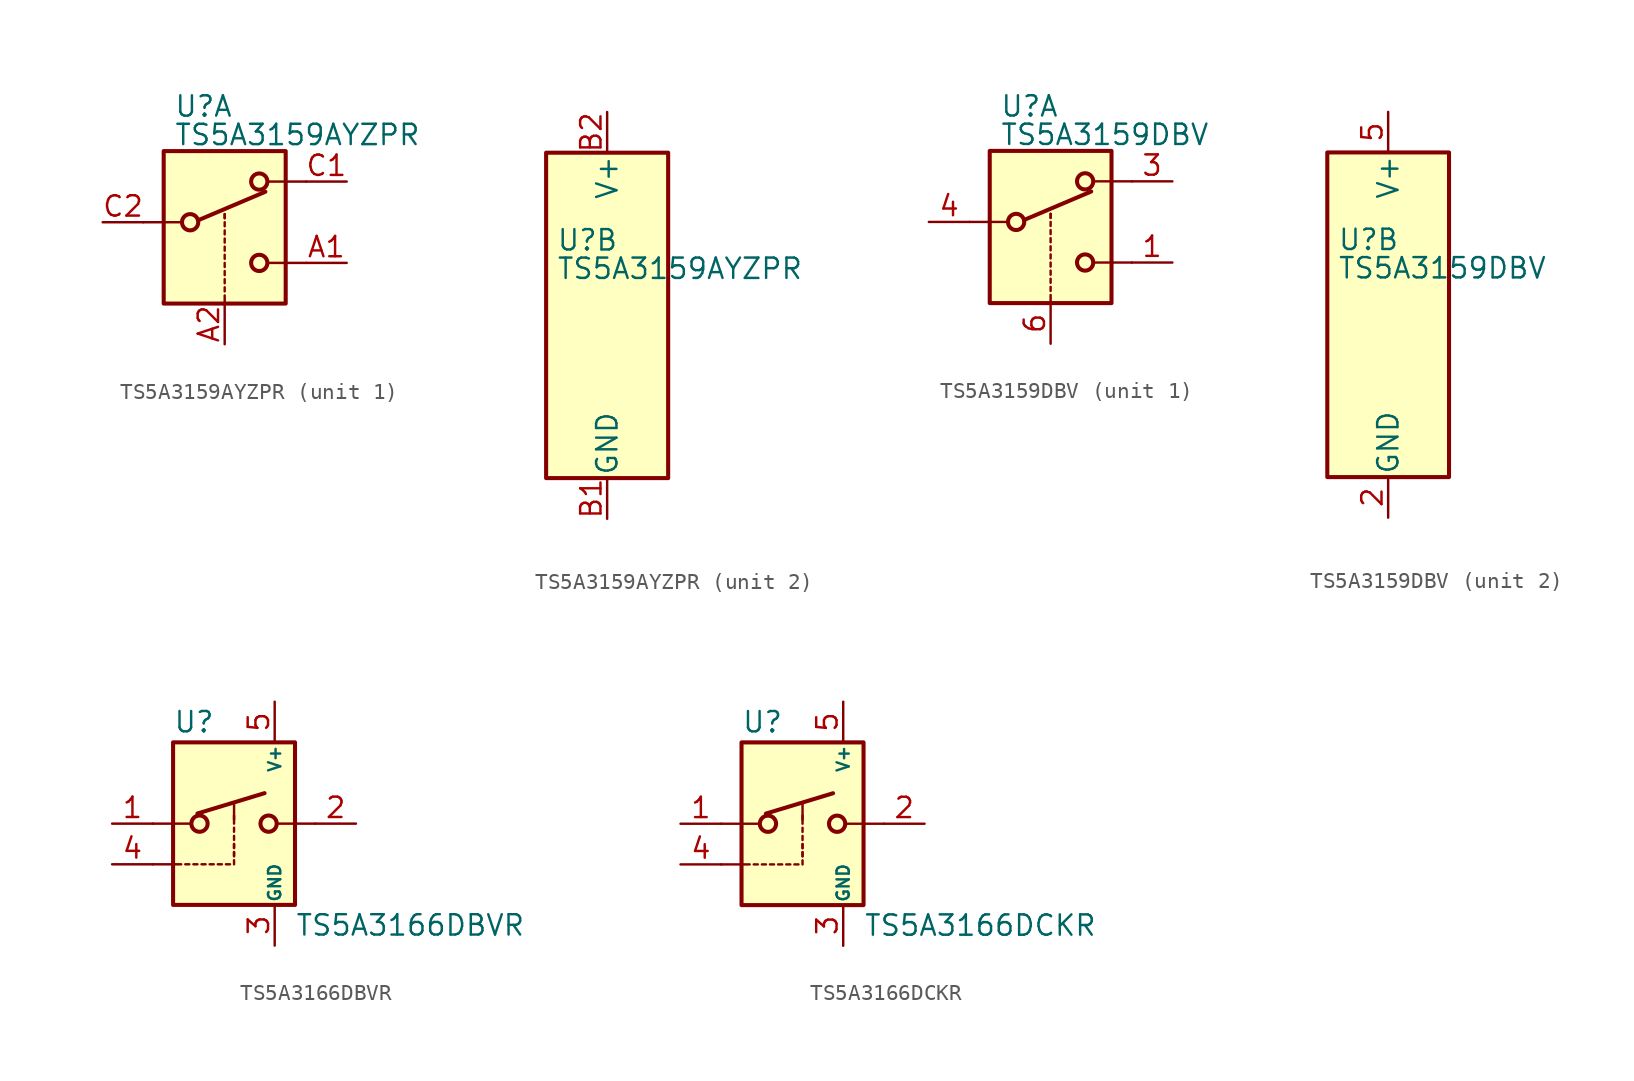
<source format=kicad_sym>
(kicad_symbol_lib
  (version 20200908)
  (generator kicad_symbol_editor)
  (symbol "Analog_Switch:TS5A3159AYZPR"
    (pin_names
      (offset 0.127))
    (property "Reference" "U"
      (at -3.175 4.699 0)
      (effects (font (size 1.27 1.27)) (justify left)))
    (property "Value" "TS5A3159AYZPR"
      (at -3.175 2.921 0)
      (effects (font (size 1.27 1.27)) (justify left)))
    (symbol "TS5A3159AYZPR_1_1"
      (circle (center -2.159 -2.54) (radius 0.508) (stroke (width 0.254)) (fill (type none)))
      (circle (center 2.159 -5.08) (radius 0.508) (stroke (width 0.254)) (fill (type none)))
      (circle (center 2.159 0) (radius 0.508) (stroke (width 0.254)) (fill (type none)))
      (rectangle (start -3.81 1.905) (end 3.81 -7.62) (stroke (width 0.254)) (fill (type background)))
      (polyline (pts (xy -5.08 -2.54) (xy -2.794 -2.54)) (stroke (width 0)) (fill (type none)))
      (polyline (pts (xy -1.651 -2.413) (xy 2.54 -0.635)) (stroke (width 0.254)) (fill (type none)))
      (polyline (pts (xy 0 -7.62) (xy 0 -7.112)) (stroke (width 0)) (fill (type none)))
      (polyline (pts (xy 0 -6.858) (xy 0 -6.604)) (stroke (width 0)) (fill (type none)))
      (polyline (pts (xy 0 -6.35) (xy 0 -6.096)) (stroke (width 0)) (fill (type none)))
      (polyline (pts (xy 0 -5.842) (xy 0 -5.588)) (stroke (width 0)) (fill (type none)))
      (polyline (pts (xy 0 -5.334) (xy 0 -5.08)) (stroke (width 0)) (fill (type none)))
      (polyline (pts (xy 0 -4.826) (xy 0 -4.572)) (stroke (width 0)) (fill (type none)))
      (polyline (pts (xy 0 -4.318) (xy 0 -4.064)) (stroke (width 0)) (fill (type none)))
      (polyline (pts (xy 0 -3.81) (xy 0 -3.556)) (stroke (width 0)) (fill (type none)))
      (polyline (pts (xy 0 -3.302) (xy 0 -3.048)) (stroke (width 0)) (fill (type none)))
      (polyline (pts (xy 0 -2.794) (xy 0 -2.54)) (stroke (width 0)) (fill (type none)))
      (polyline (pts (xy 0 -2.286) (xy 0 -2.032)) (stroke (width 0)) (fill (type none)))
      (polyline (pts (xy 0 -2.286) (xy 0 -2.032)) (stroke (width 0)) (fill (type none)))
      (polyline (pts (xy 5.08 -5.08) (xy 2.794 -5.08)) (stroke (width 0)) (fill (type none)))
      (polyline (pts (xy 5.08 0) (xy 2.794 0)) (stroke (width 0)) (fill (type none)))
      (pin passive line (at 7.62 -5.08 180) (length 2.54) (name "~" (effects (font (size 1.27 1.27)))) (number "A1" (effects (font (size 1.27 1.27)))))
      (pin input line (at 0 -10.16 90) (length 2.54) (name "~" (effects (font (size 1.27 1.27)))) (number "A2" (effects (font (size 1.27 1.27)))))
      (pin passive line (at 7.62 0 180) (length 2.54) (name "~" (effects (font (size 1.27 1.27)))) (number "C1" (effects (font (size 1.27 1.27)))))
      (pin passive line (at -7.62 -2.54 0) (length 2.54) (name "~" (effects (font (size 1.27 1.27)))) (number "C2" (effects (font (size 1.27 1.27))))))
    (symbol "TS5A3159AYZPR_2_1"
      (rectangle (start -3.81 10.16) (end 3.81 -10.16) (stroke (width 0.254)) (fill (type background))))
    (symbol "TS5A3159AYZPR_2_0"
      (pin power_in line (at 0 -12.7 90) (length 2.54) (name "GND" (effects (font (size 1.27 1.27)))) (number "B1" (effects (font (size 1.27 1.27)))))
      (pin power_in line (at 0 12.7 270) (length 2.54) (name "V+" (effects (font (size 1.27 1.27)))) (number "B2" (effects (font (size 1.27 1.27)))))))
  (symbol "Analog_Switch:TS5A3159DBV"
    (pin_names
      (offset 0.127))
    (property "Reference" "U"
      (at -3.175 4.699 0)
      (effects (font (size 1.27 1.27)) (justify left)))
    (property "Value" "TS5A3159DBV"
      (at -3.175 2.921 0)
      (effects (font (size 1.27 1.27)) (justify left)))
    (symbol "TS5A3159DBV_1_1"
      (circle (center -2.159 -2.54) (radius 0.508) (stroke (width 0.254)) (fill (type none)))
      (circle (center 2.159 -5.08) (radius 0.508) (stroke (width 0.254)) (fill (type none)))
      (circle (center 2.159 0) (radius 0.508) (stroke (width 0.254)) (fill (type none)))
      (rectangle (start -3.81 1.905) (end 3.81 -7.62) (stroke (width 0.254)) (fill (type background)))
      (polyline (pts (xy -5.08 -2.54) (xy -2.794 -2.54)) (stroke (width 0)) (fill (type none)))
      (polyline (pts (xy -1.651 -2.413) (xy 2.54 -0.635)) (stroke (width 0.254)) (fill (type none)))
      (polyline (pts (xy 0 -7.62) (xy 0 -7.112)) (stroke (width 0)) (fill (type none)))
      (polyline (pts (xy 0 -6.858) (xy 0 -6.604)) (stroke (width 0)) (fill (type none)))
      (polyline (pts (xy 0 -6.35) (xy 0 -6.096)) (stroke (width 0)) (fill (type none)))
      (polyline (pts (xy 0 -5.842) (xy 0 -5.588)) (stroke (width 0)) (fill (type none)))
      (polyline (pts (xy 0 -5.334) (xy 0 -5.08)) (stroke (width 0)) (fill (type none)))
      (polyline (pts (xy 0 -4.826) (xy 0 -4.572)) (stroke (width 0)) (fill (type none)))
      (polyline (pts (xy 0 -4.318) (xy 0 -4.064)) (stroke (width 0)) (fill (type none)))
      (polyline (pts (xy 0 -3.81) (xy 0 -3.556)) (stroke (width 0)) (fill (type none)))
      (polyline (pts (xy 0 -3.302) (xy 0 -3.048)) (stroke (width 0)) (fill (type none)))
      (polyline (pts (xy 0 -2.794) (xy 0 -2.54)) (stroke (width 0)) (fill (type none)))
      (polyline (pts (xy 0 -2.286) (xy 0 -2.032)) (stroke (width 0)) (fill (type none)))
      (polyline (pts (xy 0 -2.286) (xy 0 -2.032)) (stroke (width 0)) (fill (type none)))
      (polyline (pts (xy 5.08 -5.08) (xy 2.794 -5.08)) (stroke (width 0)) (fill (type none)))
      (polyline (pts (xy 5.08 0) (xy 2.794 0)) (stroke (width 0)) (fill (type none)))
      (pin passive line (at 7.62 -5.08 180) (length 2.54) (name "~" (effects (font (size 1.27 1.27)))) (number "1" (effects (font (size 1.27 1.27)))))
      (pin passive line (at 7.62 0 180) (length 2.54) (name "~" (effects (font (size 1.27 1.27)))) (number "3" (effects (font (size 1.27 1.27)))))
      (pin passive line (at -7.62 -2.54 0) (length 2.54) (name "~" (effects (font (size 1.27 1.27)))) (number "4" (effects (font (size 1.27 1.27)))))
      (pin input line (at 0 -10.16 90) (length 2.54) (name "~" (effects (font (size 1.27 1.27)))) (number "6" (effects (font (size 1.27 1.27))))))
    (symbol "TS5A3159DBV_2_1"
      (rectangle (start -3.81 10.16) (end 3.81 -10.16) (stroke (width 0.254)) (fill (type background))))
    (symbol "TS5A3159DBV_2_0"
      (pin power_in line (at 0 -12.7 90) (length 2.54) (name "GND" (effects (font (size 1.27 1.27)))) (number "2" (effects (font (size 1.27 1.27)))))
      (pin power_in line (at 0 12.7 270) (length 2.54) (name "V+" (effects (font (size 1.27 1.27)))) (number "5" (effects (font (size 1.27 1.27)))))))
  (symbol "Analog_Switch:TS5A3166DBVR"
    (pin_names
      (offset 0.127))
    (property "Reference" "U"
      (at -3.81 6.35 0)
      (effects (font (size 1.27 1.27)) (justify left)))
    (property "Value" "TS5A3166DBVR"
      (at 3.81 -6.35 0)
      (effects (font (size 1.27 1.27)) (justify left)))
    (symbol "TS5A3166DBVR_1_1"
      (circle (center -2.159 0) (radius 0.508) (stroke (width 0.254)) (fill (type none)))
      (circle (center 2.159 0) (radius 0.508) (stroke (width 0.254)) (fill (type none)))
      (rectangle (start -3.81 5.08) (end 3.81 -5.08) (stroke (width 0.254)) (fill (type background)))
      (polyline (pts (xy -5.08 0) (xy -2.794 0)) (stroke (width 0)) (fill (type none)))
      (polyline (pts (xy -2.286 0.635) (xy 1.905 1.905)) (stroke (width 0.254)) (fill (type none)))
      (polyline (pts (xy 0 -2.54) (xy 0 -2.286)) (stroke (width 0)) (fill (type none)))
      (polyline (pts (xy 0 -2.032) (xy 0 -1.778)) (stroke (width 0)) (fill (type none)))
      (polyline (pts (xy 0 -1.524) (xy 0 -1.27)) (stroke (width 0)) (fill (type none)))
      (polyline (pts (xy 0 -1.016) (xy 0 -0.762)) (stroke (width 0)) (fill (type none)))
      (polyline (pts (xy 0 -0.508) (xy 0 -0.254)) (stroke (width 0)) (fill (type none)))
      (polyline (pts (xy 0 0) (xy 0 0.508)) (stroke (width 0)) (fill (type none)))
      (polyline (pts (xy 0 0.254) (xy 0 1.27)) (stroke (width 0)) (fill (type none)))
      (polyline (pts (xy 5.08 0) (xy 2.794 0)) (stroke (width 0)) (fill (type none)))
      (pin passive line (at -7.62 0 0) (length 2.54) (name "~" (effects (font (size 1.27 1.27)))) (number "1" (effects (font (size 1.27 1.27)))))
      (pin passive line (at 7.62 0 180) (length 2.54) (name "~" (effects (font (size 1.27 1.27)))) (number "2" (effects (font (size 1.27 1.27)))))
      (pin power_in line (at 2.54 -7.62 90) (length 2.54) (name "GND" (effects (font (size 0.762 0.762)))) (number "3" (effects (font (size 1.27 1.27)))))
      (pin input line (at -7.62 -2.54 0) (length 2.54) (name "~" (effects (font (size 1.27 1.27)))) (number "4" (effects (font (size 1.27 1.27)))))
      (pin power_in line (at 2.54 7.62 270) (length 2.54) (name "V+" (effects (font (size 0.762 0.762)))) (number "5" (effects (font (size 1.27 1.27))))))
    (symbol "TS5A3166DBVR_0_1"
      (polyline (pts (xy -5.08 -2.54) (xy -3.302 -2.54)) (stroke (width 0)) (fill (type none)))
      (polyline (pts (xy -3.048 -2.54) (xy -2.794 -2.54)) (stroke (width 0)) (fill (type none)))
      (polyline (pts (xy -2.54 -2.54) (xy -2.286 -2.54)) (stroke (width 0)) (fill (type none)))
      (polyline (pts (xy -2.032 -2.54) (xy -1.778 -2.54)) (stroke (width 0)) (fill (type none)))
      (polyline (pts (xy -1.524 -2.54) (xy -1.27 -2.54)) (stroke (width 0)) (fill (type none)))
      (polyline (pts (xy -1.016 -2.54) (xy -0.762 -2.54)) (stroke (width 0)) (fill (type none)))
      (polyline (pts (xy -0.508 -2.54) (xy -0.254 -2.54)) (stroke (width 0)) (fill (type none)))
      (polyline (pts (xy 0 -2.032) (xy 0 -1.778)) (stroke (width 0)) (fill (type none)))
      (polyline (pts (xy 0 -1.524) (xy 0 -1.27)) (stroke (width 0)) (fill (type none)))))
  (symbol "Analog_Switch:TS5A3166DCKR"
    (pin_names
      (offset 0.127))
    (property "Reference" "U"
      (at -3.81 6.35 0)
      (effects (font (size 1.27 1.27)) (justify left)))
    (property "Value" "TS5A3166DCKR"
      (at 3.81 -6.35 0)
      (effects (font (size 1.27 1.27)) (justify left)))
    (symbol "TS5A3166DCKR_1_1"
      (circle (center -2.159 0) (radius 0.508) (stroke (width 0.254)) (fill (type none)))
      (circle (center 2.159 0) (radius 0.508) (stroke (width 0.254)) (fill (type none)))
      (rectangle (start -3.81 5.08) (end 3.81 -5.08) (stroke (width 0.254)) (fill (type background)))
      (polyline (pts (xy -5.08 0) (xy -2.794 0)) (stroke (width 0)) (fill (type none)))
      (polyline (pts (xy -2.286 0.635) (xy 1.905 1.905)) (stroke (width 0.254)) (fill (type none)))
      (polyline (pts (xy 0 -2.54) (xy 0 -2.286)) (stroke (width 0)) (fill (type none)))
      (polyline (pts (xy 0 -2.032) (xy 0 -1.778)) (stroke (width 0)) (fill (type none)))
      (polyline (pts (xy 0 -1.524) (xy 0 -1.27)) (stroke (width 0)) (fill (type none)))
      (polyline (pts (xy 0 -1.016) (xy 0 -0.762)) (stroke (width 0)) (fill (type none)))
      (polyline (pts (xy 0 -0.508) (xy 0 -0.254)) (stroke (width 0)) (fill (type none)))
      (polyline (pts (xy 0 0) (xy 0 0.508)) (stroke (width 0)) (fill (type none)))
      (polyline (pts (xy 0 0.254) (xy 0 1.27)) (stroke (width 0)) (fill (type none)))
      (polyline (pts (xy 5.08 0) (xy 2.794 0)) (stroke (width 0)) (fill (type none)))
      (pin passive line (at -7.62 0 0) (length 2.54) (name "~" (effects (font (size 1.27 1.27)))) (number "1" (effects (font (size 1.27 1.27)))))
      (pin passive line (at 7.62 0 180) (length 2.54) (name "~" (effects (font (size 1.27 1.27)))) (number "2" (effects (font (size 1.27 1.27)))))
      (pin power_in line (at 2.54 -7.62 90) (length 2.54) (name "GND" (effects (font (size 0.762 0.762)))) (number "3" (effects (font (size 1.27 1.27)))))
      (pin input line (at -7.62 -2.54 0) (length 2.54) (name "~" (effects (font (size 1.27 1.27)))) (number "4" (effects (font (size 1.27 1.27)))))
      (pin power_in line (at 2.54 7.62 270) (length 2.54) (name "V+" (effects (font (size 0.762 0.762)))) (number "5" (effects (font (size 1.27 1.27))))))
    (symbol "TS5A3166DCKR_0_1"
      (polyline (pts (xy -5.08 -2.54) (xy -3.302 -2.54)) (stroke (width 0)) (fill (type none)))
      (polyline (pts (xy -3.048 -2.54) (xy -2.794 -2.54)) (stroke (width 0)) (fill (type none)))
      (polyline (pts (xy -2.54 -2.54) (xy -2.286 -2.54)) (stroke (width 0)) (fill (type none)))
      (polyline (pts (xy -2.032 -2.54) (xy -1.778 -2.54)) (stroke (width 0)) (fill (type none)))
      (polyline (pts (xy -1.524 -2.54) (xy -1.27 -2.54)) (stroke (width 0)) (fill (type none)))
      (polyline (pts (xy -1.016 -2.54) (xy -0.762 -2.54)) (stroke (width 0)) (fill (type none)))
      (polyline (pts (xy -0.508 -2.54) (xy -0.254 -2.54)) (stroke (width 0)) (fill (type none)))
      (polyline (pts (xy 0 -2.032) (xy 0 -1.778)) (stroke (width 0)) (fill (type none)))
      (polyline (pts (xy 0 -1.524) (xy 0 -1.27)) (stroke (width 0)) (fill (type none))))))
</source>
